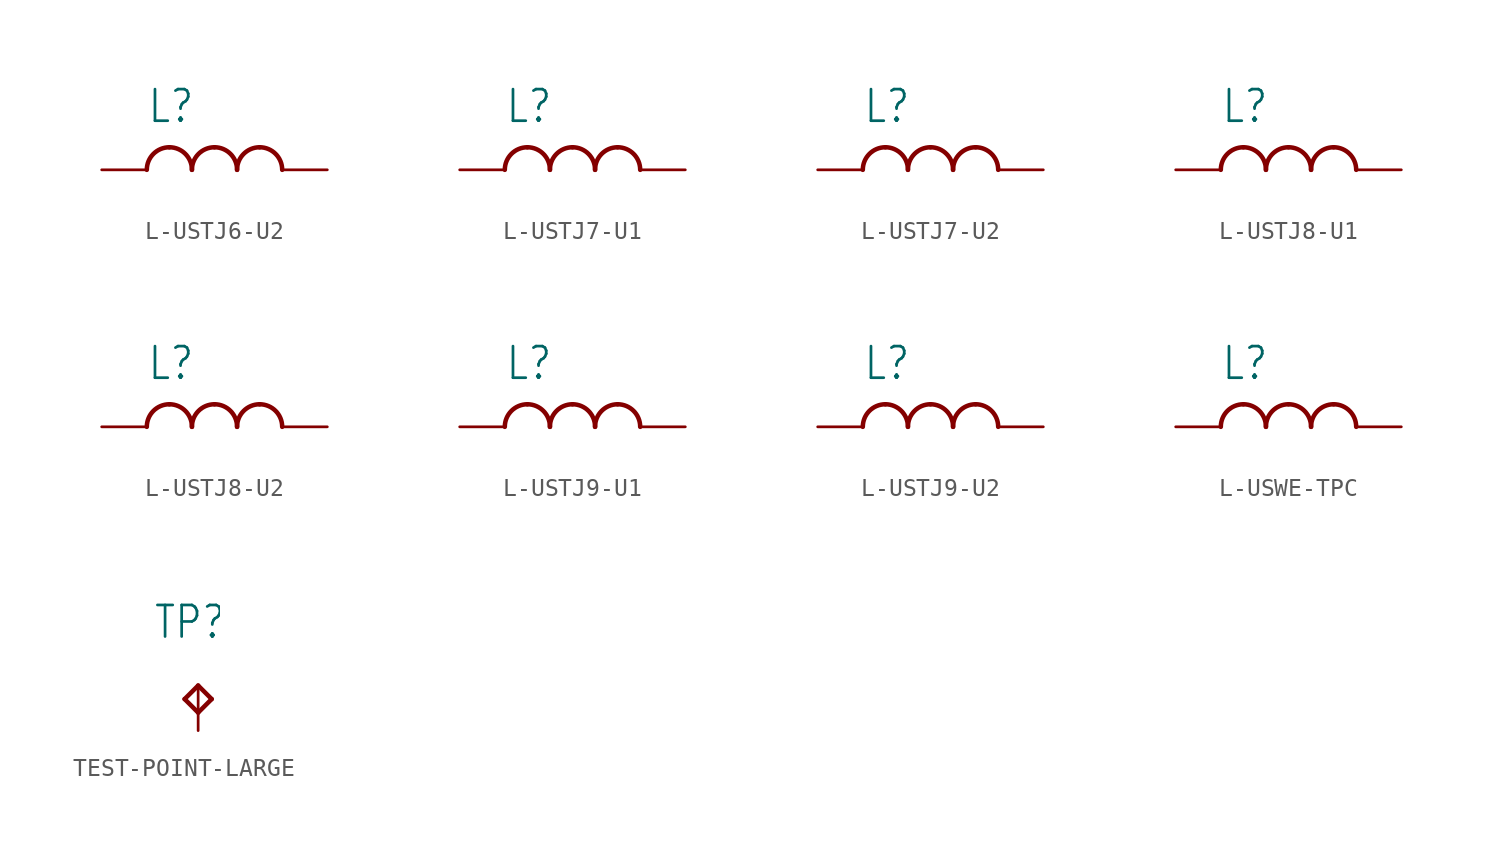
<source format=kicad_sym>
(kicad_symbol_lib
  (version 20231120)
  (generator "kicad_symbol_editor")
  (generator_version "8.0")
  (symbol "L-USTJ6-U2"
    (property "Reference" "L"
      (at -5.08 2.54 0)
      (effects (font (size 1.778 1.511)) (justify left bottom)))
    (property "Value" ""
      (at -5.08 -1.27 0)
      (effects (font (size 1.778 1.511)) (justify left top)))
    (property "ki_locked" ""
      (at 0 0 0)
      (effects (font (size 1.27 1.27))))
    (symbol "L-USTJ6-U2_1_0"
      (arc (start -3.81 1.27) (mid -4.708 0.898) (end -5.08 0) (stroke (width 0.254) (type solid)) (fill (type none)))
      (arc (start -2.54 0) (mid -2.912 0.898) (end -3.81 1.27) (stroke (width 0.254) (type solid)) (fill (type none)))
      (arc (start -1.27 1.27) (mid -2.168 0.898) (end -2.54 0) (stroke (width 0.254) (type solid)) (fill (type none)))
      (arc (start 0 0) (mid -0.372 0.898) (end -1.27 1.27) (stroke (width 0.254) (type solid)) (fill (type none)))
      (arc (start 1.27 1.27) (mid 0.372 0.898) (end 0 0) (stroke (width 0.254) (type solid)) (fill (type none)))
      (arc (start 2.54 0) (mid 2.168 0.898) (end 1.27 1.27) (stroke (width 0.254) (type solid)) (fill (type none)))
      (pin passive line (at -7.62 0 0) (length 2.54) (name "1" (effects (font (size 0 0)))) (number "1" (effects (font (size 0 0)))))
      (pin passive line (at 5.08 0 180) (length 2.54) (name "2" (effects (font (size 0 0)))) (number "2" (effects (font (size 0 0)))))))
  (symbol "L-USTJ7-U1"
    (property "Reference" "L"
      (at -5.08 2.54 0)
      (effects (font (size 1.778 1.511)) (justify left bottom)))
    (property "Value" ""
      (at -5.08 -1.27 0)
      (effects (font (size 1.778 1.511)) (justify left top)))
    (property "ki_locked" ""
      (at 0 0 0)
      (effects (font (size 1.27 1.27))))
    (symbol "L-USTJ7-U1_1_0"
      (arc (start -3.81 1.27) (mid -4.708 0.898) (end -5.08 0) (stroke (width 0.254) (type solid)) (fill (type none)))
      (arc (start -2.54 0) (mid -2.912 0.898) (end -3.81 1.27) (stroke (width 0.254) (type solid)) (fill (type none)))
      (arc (start -1.27 1.27) (mid -2.168 0.898) (end -2.54 0) (stroke (width 0.254) (type solid)) (fill (type none)))
      (arc (start 0 0) (mid -0.372 0.898) (end -1.27 1.27) (stroke (width 0.254) (type solid)) (fill (type none)))
      (arc (start 1.27 1.27) (mid 0.372 0.898) (end 0 0) (stroke (width 0.254) (type solid)) (fill (type none)))
      (arc (start 2.54 0) (mid 2.168 0.898) (end 1.27 1.27) (stroke (width 0.254) (type solid)) (fill (type none)))
      (pin passive line (at -7.62 0 0) (length 2.54) (name "1" (effects (font (size 0 0)))) (number "1" (effects (font (size 0 0)))))
      (pin passive line (at 5.08 0 180) (length 2.54) (name "2" (effects (font (size 0 0)))) (number "2" (effects (font (size 0 0)))))))
  (symbol "L-USTJ7-U2"
    (property "Reference" "L"
      (at -5.08 2.54 0)
      (effects (font (size 1.778 1.511)) (justify left bottom)))
    (property "Value" ""
      (at -5.08 -1.27 0)
      (effects (font (size 1.778 1.511)) (justify left top)))
    (property "ki_locked" ""
      (at 0 0 0)
      (effects (font (size 1.27 1.27))))
    (symbol "L-USTJ7-U2_1_0"
      (arc (start -3.81 1.27) (mid -4.708 0.898) (end -5.08 0) (stroke (width 0.254) (type solid)) (fill (type none)))
      (arc (start -2.54 0) (mid -2.912 0.898) (end -3.81 1.27) (stroke (width 0.254) (type solid)) (fill (type none)))
      (arc (start -1.27 1.27) (mid -2.168 0.898) (end -2.54 0) (stroke (width 0.254) (type solid)) (fill (type none)))
      (arc (start 0 0) (mid -0.372 0.898) (end -1.27 1.27) (stroke (width 0.254) (type solid)) (fill (type none)))
      (arc (start 1.27 1.27) (mid 0.372 0.898) (end 0 0) (stroke (width 0.254) (type solid)) (fill (type none)))
      (arc (start 2.54 0) (mid 2.168 0.898) (end 1.27 1.27) (stroke (width 0.254) (type solid)) (fill (type none)))
      (pin passive line (at -7.62 0 0) (length 2.54) (name "1" (effects (font (size 0 0)))) (number "1" (effects (font (size 0 0)))))
      (pin passive line (at 5.08 0 180) (length 2.54) (name "2" (effects (font (size 0 0)))) (number "2" (effects (font (size 0 0)))))))
  (symbol "L-USTJ8-U1"
    (property "Reference" "L"
      (at -5.08 2.54 0)
      (effects (font (size 1.778 1.511)) (justify left bottom)))
    (property "Value" ""
      (at -5.08 -1.27 0)
      (effects (font (size 1.778 1.511)) (justify left top)))
    (property "ki_locked" ""
      (at 0 0 0)
      (effects (font (size 1.27 1.27))))
    (symbol "L-USTJ8-U1_1_0"
      (arc (start -3.81 1.27) (mid -4.708 0.898) (end -5.08 0) (stroke (width 0.254) (type solid)) (fill (type none)))
      (arc (start -2.54 0) (mid -2.912 0.898) (end -3.81 1.27) (stroke (width 0.254) (type solid)) (fill (type none)))
      (arc (start -1.27 1.27) (mid -2.168 0.898) (end -2.54 0) (stroke (width 0.254) (type solid)) (fill (type none)))
      (arc (start 0 0) (mid -0.372 0.898) (end -1.27 1.27) (stroke (width 0.254) (type solid)) (fill (type none)))
      (arc (start 1.27 1.27) (mid 0.372 0.898) (end 0 0) (stroke (width 0.254) (type solid)) (fill (type none)))
      (arc (start 2.54 0) (mid 2.168 0.898) (end 1.27 1.27) (stroke (width 0.254) (type solid)) (fill (type none)))
      (pin passive line (at -7.62 0 0) (length 2.54) (name "1" (effects (font (size 0 0)))) (number "1" (effects (font (size 0 0)))))
      (pin passive line (at 5.08 0 180) (length 2.54) (name "2" (effects (font (size 0 0)))) (number "2" (effects (font (size 0 0)))))))
  (symbol "L-USTJ8-U2"
    (property "Reference" "L"
      (at -5.08 2.54 0)
      (effects (font (size 1.778 1.511)) (justify left bottom)))
    (property "Value" ""
      (at -5.08 -1.27 0)
      (effects (font (size 1.778 1.511)) (justify left top)))
    (property "ki_locked" ""
      (at 0 0 0)
      (effects (font (size 1.27 1.27))))
    (symbol "L-USTJ8-U2_1_0"
      (arc (start -3.81 1.27) (mid -4.708 0.898) (end -5.08 0) (stroke (width 0.254) (type solid)) (fill (type none)))
      (arc (start -2.54 0) (mid -2.912 0.898) (end -3.81 1.27) (stroke (width 0.254) (type solid)) (fill (type none)))
      (arc (start -1.27 1.27) (mid -2.168 0.898) (end -2.54 0) (stroke (width 0.254) (type solid)) (fill (type none)))
      (arc (start 0 0) (mid -0.372 0.898) (end -1.27 1.27) (stroke (width 0.254) (type solid)) (fill (type none)))
      (arc (start 1.27 1.27) (mid 0.372 0.898) (end 0 0) (stroke (width 0.254) (type solid)) (fill (type none)))
      (arc (start 2.54 0) (mid 2.168 0.898) (end 1.27 1.27) (stroke (width 0.254) (type solid)) (fill (type none)))
      (pin passive line (at -7.62 0 0) (length 2.54) (name "1" (effects (font (size 0 0)))) (number "1" (effects (font (size 0 0)))))
      (pin passive line (at 5.08 0 180) (length 2.54) (name "2" (effects (font (size 0 0)))) (number "2" (effects (font (size 0 0)))))))
  (symbol "L-USTJ9-U1"
    (property "Reference" "L"
      (at -5.08 2.54 0)
      (effects (font (size 1.778 1.511)) (justify left bottom)))
    (property "Value" ""
      (at -5.08 -1.27 0)
      (effects (font (size 1.778 1.511)) (justify left top)))
    (property "ki_locked" ""
      (at 0 0 0)
      (effects (font (size 1.27 1.27))))
    (symbol "L-USTJ9-U1_1_0"
      (arc (start -3.81 1.27) (mid -4.708 0.898) (end -5.08 0) (stroke (width 0.254) (type solid)) (fill (type none)))
      (arc (start -2.54 0) (mid -2.912 0.898) (end -3.81 1.27) (stroke (width 0.254) (type solid)) (fill (type none)))
      (arc (start -1.27 1.27) (mid -2.168 0.898) (end -2.54 0) (stroke (width 0.254) (type solid)) (fill (type none)))
      (arc (start 0 0) (mid -0.372 0.898) (end -1.27 1.27) (stroke (width 0.254) (type solid)) (fill (type none)))
      (arc (start 1.27 1.27) (mid 0.372 0.898) (end 0 0) (stroke (width 0.254) (type solid)) (fill (type none)))
      (arc (start 2.54 0) (mid 2.168 0.898) (end 1.27 1.27) (stroke (width 0.254) (type solid)) (fill (type none)))
      (pin passive line (at -7.62 0 0) (length 2.54) (name "1" (effects (font (size 0 0)))) (number "1" (effects (font (size 0 0)))))
      (pin passive line (at 5.08 0 180) (length 2.54) (name "2" (effects (font (size 0 0)))) (number "2" (effects (font (size 0 0)))))))
  (symbol "L-USTJ9-U2"
    (property "Reference" "L"
      (at -5.08 2.54 0)
      (effects (font (size 1.778 1.511)) (justify left bottom)))
    (property "Value" ""
      (at -5.08 -1.27 0)
      (effects (font (size 1.778 1.511)) (justify left top)))
    (property "ki_locked" ""
      (at 0 0 0)
      (effects (font (size 1.27 1.27))))
    (symbol "L-USTJ9-U2_1_0"
      (arc (start -3.81 1.27) (mid -4.708 0.898) (end -5.08 0) (stroke (width 0.254) (type solid)) (fill (type none)))
      (arc (start -2.54 0) (mid -2.912 0.898) (end -3.81 1.27) (stroke (width 0.254) (type solid)) (fill (type none)))
      (arc (start -1.27 1.27) (mid -2.168 0.898) (end -2.54 0) (stroke (width 0.254) (type solid)) (fill (type none)))
      (arc (start 0 0) (mid -0.372 0.898) (end -1.27 1.27) (stroke (width 0.254) (type solid)) (fill (type none)))
      (arc (start 1.27 1.27) (mid 0.372 0.898) (end 0 0) (stroke (width 0.254) (type solid)) (fill (type none)))
      (arc (start 2.54 0) (mid 2.168 0.898) (end 1.27 1.27) (stroke (width 0.254) (type solid)) (fill (type none)))
      (pin passive line (at -7.62 0 0) (length 2.54) (name "1" (effects (font (size 0 0)))) (number "1" (effects (font (size 0 0)))))
      (pin passive line (at 5.08 0 180) (length 2.54) (name "2" (effects (font (size 0 0)))) (number "2" (effects (font (size 0 0)))))))
  (symbol "L-USWE-TPC"
    (property "Reference" "L"
      (at -5.08 2.54 0)
      (effects (font (size 1.778 1.511)) (justify left bottom)))
    (property "Value" ""
      (at -5.08 -1.27 0)
      (effects (font (size 1.778 1.511)) (justify left top)))
    (property "ki_locked" ""
      (at 0 0 0)
      (effects (font (size 1.27 1.27))))
    (symbol "L-USWE-TPC_1_0"
      (arc (start -3.81 1.27) (mid -4.708 0.898) (end -5.08 0) (stroke (width 0.254) (type solid)) (fill (type none)))
      (arc (start -2.54 0) (mid -2.912 0.898) (end -3.81 1.27) (stroke (width 0.254) (type solid)) (fill (type none)))
      (arc (start -1.27 1.27) (mid -2.168 0.898) (end -2.54 0) (stroke (width 0.254) (type solid)) (fill (type none)))
      (arc (start 0 0) (mid -0.372 0.898) (end -1.27 1.27) (stroke (width 0.254) (type solid)) (fill (type none)))
      (arc (start 1.27 1.27) (mid 0.372 0.898) (end 0 0) (stroke (width 0.254) (type solid)) (fill (type none)))
      (arc (start 2.54 0) (mid 2.168 0.898) (end 1.27 1.27) (stroke (width 0.254) (type solid)) (fill (type none)))
      (pin passive line (at -7.62 0 0) (length 2.54) (name "1" (effects (font (size 0 0)))) (number "1" (effects (font (size 0 0)))))
      (pin passive line (at 5.08 0 180) (length 2.54) (name "2" (effects (font (size 0 0)))) (number "2" (effects (font (size 0 0)))))))
  (symbol "TEST-POINT-LARGE"
    (property "Reference" "TP"
      (at -2.54 2.54 0)
      (effects (font (size 1.778 1.511)) (justify left bottom)))
    (property "ki_locked" ""
      (at 0 0 0)
      (effects (font (size 1.27 1.27))))
    (symbol "TEST-POINT-LARGE_1_0"
      (polyline (pts (xy -0.762 -0.762) (xy 0 0)) (stroke (width 0.254) (type solid)) (fill (type none)))
      (polyline (pts (xy 0 -1.524) (xy -0.762 -0.762)) (stroke (width 0.254) (type solid)) (fill (type none)))
      (polyline (pts (xy 0 0) (xy 0.762 -0.762)) (stroke (width 0.254) (type solid)) (fill (type none)))
      (polyline (pts (xy 0.762 -0.762) (xy 0 -1.524)) (stroke (width 0.254) (type solid)) (fill (type none)))
      (pin input line (at 0 -2.54 90) (length 2.54) (name "TP" (effects (font (size 0 0)))) (number "1" (effects (font (size 0 0))))))))
</source>
